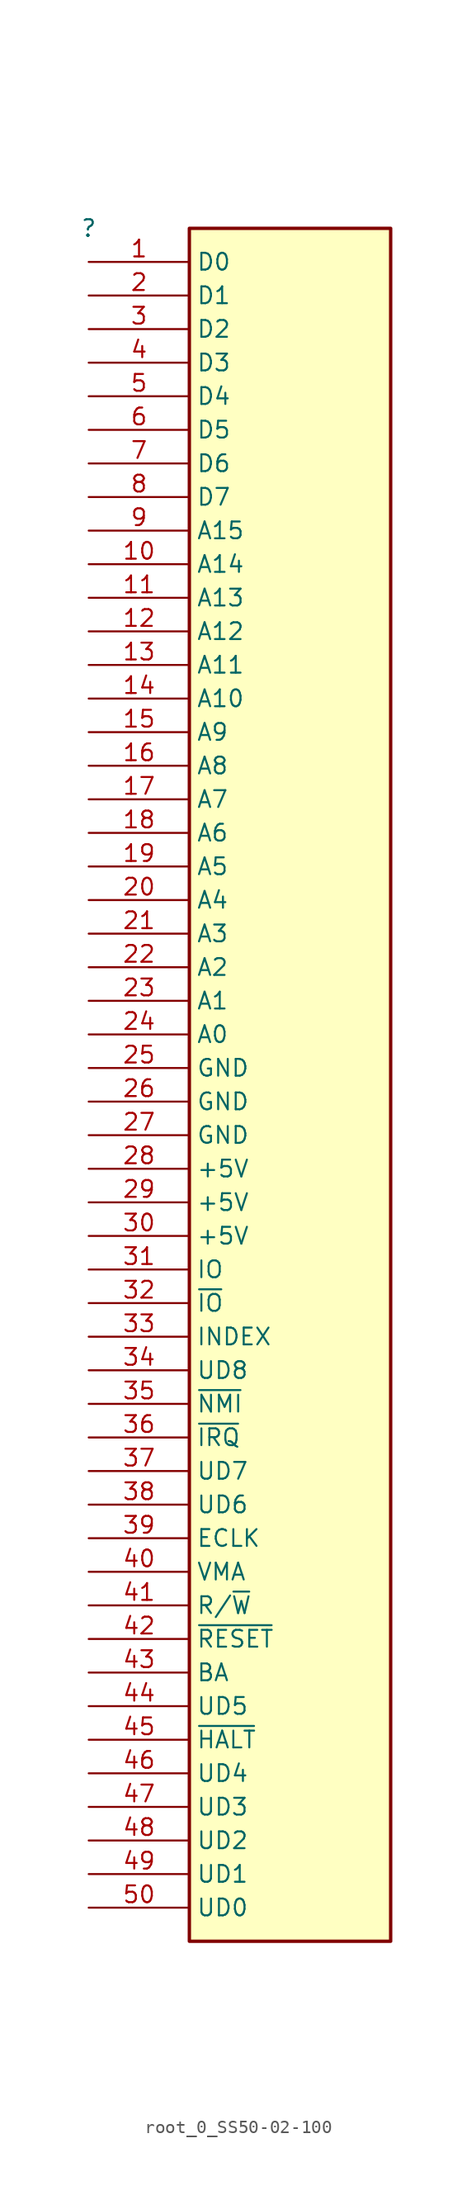
<source format=kicad_sym>
(kicad_symbol_lib
  (version 20231120)
  (generator "kicad_symbol_editor")
  (generator_version "8.0")
  (symbol "root_0_SS50-02-100"
    (property "Reference" ""
      (at 0 0 0)
      (effects (font (size 1.27 1.27))))
    (property "Value" ""
      (at 0 0 0)
      (effects (font (size 1.27 1.27))))
    (symbol "root_0_SS50-02-100_1_0"
      (rectangle (start 22.86 0) (end 7.62 -129.54) (stroke (width 0.254) (type solid) (color 128 0 0 1)) (fill (type background)))
      (pin bidirectional line (at 0 -2.54 0) (length 7.62) (name "D0" (effects (font (size 1.27 1.27)))) (number "1" (effects (font (size 1.27 1.27)))))
      (pin bidirectional line (at 0 -25.4 0) (length 7.62) (name "A14" (effects (font (size 1.27 1.27)))) (number "10" (effects (font (size 1.27 1.27)))))
      (pin bidirectional line (at 0 -27.94 0) (length 7.62) (name "A13" (effects (font (size 1.27 1.27)))) (number "11" (effects (font (size 1.27 1.27)))))
      (pin bidirectional line (at 0 -30.48 0) (length 7.62) (name "A12" (effects (font (size 1.27 1.27)))) (number "12" (effects (font (size 1.27 1.27)))))
      (pin bidirectional line (at 0 -33.02 0) (length 7.62) (name "A11" (effects (font (size 1.27 1.27)))) (number "13" (effects (font (size 1.27 1.27)))))
      (pin bidirectional line (at 0 -35.56 0) (length 7.62) (name "A10" (effects (font (size 1.27 1.27)))) (number "14" (effects (font (size 1.27 1.27)))))
      (pin bidirectional line (at 0 -38.1 0) (length 7.62) (name "A9" (effects (font (size 1.27 1.27)))) (number "15" (effects (font (size 1.27 1.27)))))
      (pin bidirectional line (at 0 -40.64 0) (length 7.62) (name "A8" (effects (font (size 1.27 1.27)))) (number "16" (effects (font (size 1.27 1.27)))))
      (pin bidirectional line (at 0 -43.18 0) (length 7.62) (name "A7" (effects (font (size 1.27 1.27)))) (number "17" (effects (font (size 1.27 1.27)))))
      (pin bidirectional line (at 0 -45.72 0) (length 7.62) (name "A6" (effects (font (size 1.27 1.27)))) (number "18" (effects (font (size 1.27 1.27)))))
      (pin bidirectional line (at 0 -48.26 0) (length 7.62) (name "A5" (effects (font (size 1.27 1.27)))) (number "19" (effects (font (size 1.27 1.27)))))
      (pin bidirectional line (at 0 -5.08 0) (length 7.62) (name "D1" (effects (font (size 1.27 1.27)))) (number "2" (effects (font (size 1.27 1.27)))))
      (pin bidirectional line (at 0 -50.8 0) (length 7.62) (name "A4" (effects (font (size 1.27 1.27)))) (number "20" (effects (font (size 1.27 1.27)))))
      (pin bidirectional line (at 0 -53.34 0) (length 7.62) (name "A3" (effects (font (size 1.27 1.27)))) (number "21" (effects (font (size 1.27 1.27)))))
      (pin bidirectional line (at 0 -55.88 0) (length 7.62) (name "A2" (effects (font (size 1.27 1.27)))) (number "22" (effects (font (size 1.27 1.27)))))
      (pin bidirectional line (at 0 -58.42 0) (length 7.62) (name "A1" (effects (font (size 1.27 1.27)))) (number "23" (effects (font (size 1.27 1.27)))))
      (pin bidirectional line (at 0 -60.96 0) (length 7.62) (name "A0" (effects (font (size 1.27 1.27)))) (number "24" (effects (font (size 1.27 1.27)))))
      (pin power_in line (at 0 -63.5 0) (length 7.62) (name "GND" (effects (font (size 1.27 1.27)))) (number "25" (effects (font (size 1.27 1.27)))))
      (pin power_in line (at 0 -66.04 0) (length 7.62) (name "GND" (effects (font (size 1.27 1.27)))) (number "26" (effects (font (size 1.27 1.27)))))
      (pin power_in line (at 0 -68.58 0) (length 7.62) (name "GND" (effects (font (size 1.27 1.27)))) (number "27" (effects (font (size 1.27 1.27)))))
      (pin power_in line (at 0 -71.12 0) (length 7.62) (name "+5V" (effects (font (size 1.27 1.27)))) (number "28" (effects (font (size 1.27 1.27)))))
      (pin power_in line (at 0 -73.66 0) (length 7.62) (name "+5V" (effects (font (size 1.27 1.27)))) (number "29" (effects (font (size 1.27 1.27)))))
      (pin bidirectional line (at 0 -7.62 0) (length 7.62) (name "D2" (effects (font (size 1.27 1.27)))) (number "3" (effects (font (size 1.27 1.27)))))
      (pin power_in line (at 0 -76.2 0) (length 7.62) (name "+5V" (effects (font (size 1.27 1.27)))) (number "30" (effects (font (size 1.27 1.27)))))
      (pin input line (at 0 -78.74 0) (length 7.62) (name "IO" (effects (font (size 1.27 1.27)))) (number "31" (effects (font (size 1.27 1.27)))))
      (pin input line (at 0 -81.28 0) (length 7.62) (name "~{IO}" (effects (font (size 1.27 1.27)))) (number "32" (effects (font (size 1.27 1.27)))))
      (pin passive line (at 0 -83.82 0) (length 7.62) (name "INDEX" (effects (font (size 1.27 1.27)))) (number "33" (effects (font (size 1.27 1.27)))))
      (pin bidirectional line (at 0 -86.36 0) (length 7.62) (name "UD8" (effects (font (size 1.27 1.27)))) (number "34" (effects (font (size 1.27 1.27)))))
      (pin bidirectional line (at 0 -88.9 0) (length 7.62) (name "~{NMI}" (effects (font (size 1.27 1.27)))) (number "35" (effects (font (size 1.27 1.27)))))
      (pin bidirectional line (at 0 -91.44 0) (length 7.62) (name "~{IRQ}" (effects (font (size 1.27 1.27)))) (number "36" (effects (font (size 1.27 1.27)))))
      (pin passive line (at 0 -93.98 0) (length 7.62) (name "UD7" (effects (font (size 1.27 1.27)))) (number "37" (effects (font (size 1.27 1.27)))))
      (pin passive line (at 0 -96.52 0) (length 7.62) (name "UD6" (effects (font (size 1.27 1.27)))) (number "38" (effects (font (size 1.27 1.27)))))
      (pin bidirectional line (at 0 -99.06 0) (length 7.62) (name "ECLK" (effects (font (size 1.27 1.27)))) (number "39" (effects (font (size 1.27 1.27)))))
      (pin bidirectional line (at 0 -10.16 0) (length 7.62) (name "D3" (effects (font (size 1.27 1.27)))) (number "4" (effects (font (size 1.27 1.27)))))
      (pin bidirectional line (at 0 -101.6 0) (length 7.62) (name "VMA" (effects (font (size 1.27 1.27)))) (number "40" (effects (font (size 1.27 1.27)))))
      (pin bidirectional line (at 0 -104.14 0) (length 7.62) (name "R/~{W}" (effects (font (size 1.27 1.27)))) (number "41" (effects (font (size 1.27 1.27)))))
      (pin bidirectional line (at 0 -106.68 0) (length 7.62) (name "~{RESET}" (effects (font (size 1.27 1.27)))) (number "42" (effects (font (size 1.27 1.27)))))
      (pin bidirectional line (at 0 -109.22 0) (length 7.62) (name "BA" (effects (font (size 1.27 1.27)))) (number "43" (effects (font (size 1.27 1.27)))))
      (pin bidirectional line (at 0 -111.76 0) (length 7.62) (name "UD5" (effects (font (size 1.27 1.27)))) (number "44" (effects (font (size 1.27 1.27)))))
      (pin bidirectional line (at 0 -114.3 0) (length 7.62) (name "~{HALT}" (effects (font (size 1.27 1.27)))) (number "45" (effects (font (size 1.27 1.27)))))
      (pin bidirectional line (at 0 -116.84 0) (length 7.62) (name "UD4" (effects (font (size 1.27 1.27)))) (number "46" (effects (font (size 1.27 1.27)))))
      (pin bidirectional line (at 0 -119.38 0) (length 7.62) (name "UD3" (effects (font (size 1.27 1.27)))) (number "47" (effects (font (size 1.27 1.27)))))
      (pin bidirectional line (at 0 -121.92 0) (length 7.62) (name "UD2" (effects (font (size 1.27 1.27)))) (number "48" (effects (font (size 1.27 1.27)))))
      (pin bidirectional line (at 0 -124.46 0) (length 7.62) (name "UD1" (effects (font (size 1.27 1.27)))) (number "49" (effects (font (size 1.27 1.27)))))
      (pin bidirectional line (at 0 -12.7 0) (length 7.62) (name "D4" (effects (font (size 1.27 1.27)))) (number "5" (effects (font (size 1.27 1.27)))))
      (pin bidirectional line (at 0 -127 0) (length 7.62) (name "UD0" (effects (font (size 1.27 1.27)))) (number "50" (effects (font (size 1.27 1.27)))))
      (pin bidirectional line (at 0 -15.24 0) (length 7.62) (name "D5" (effects (font (size 1.27 1.27)))) (number "6" (effects (font (size 1.27 1.27)))))
      (pin bidirectional line (at 0 -17.78 0) (length 7.62) (name "D6" (effects (font (size 1.27 1.27)))) (number "7" (effects (font (size 1.27 1.27)))))
      (pin bidirectional line (at 0 -20.32 0) (length 7.62) (name "D7" (effects (font (size 1.27 1.27)))) (number "8" (effects (font (size 1.27 1.27)))))
      (pin bidirectional line (at 0 -22.86 0) (length 7.62) (name "A15" (effects (font (size 1.27 1.27)))) (number "9" (effects (font (size 1.27 1.27))))))))
</source>
